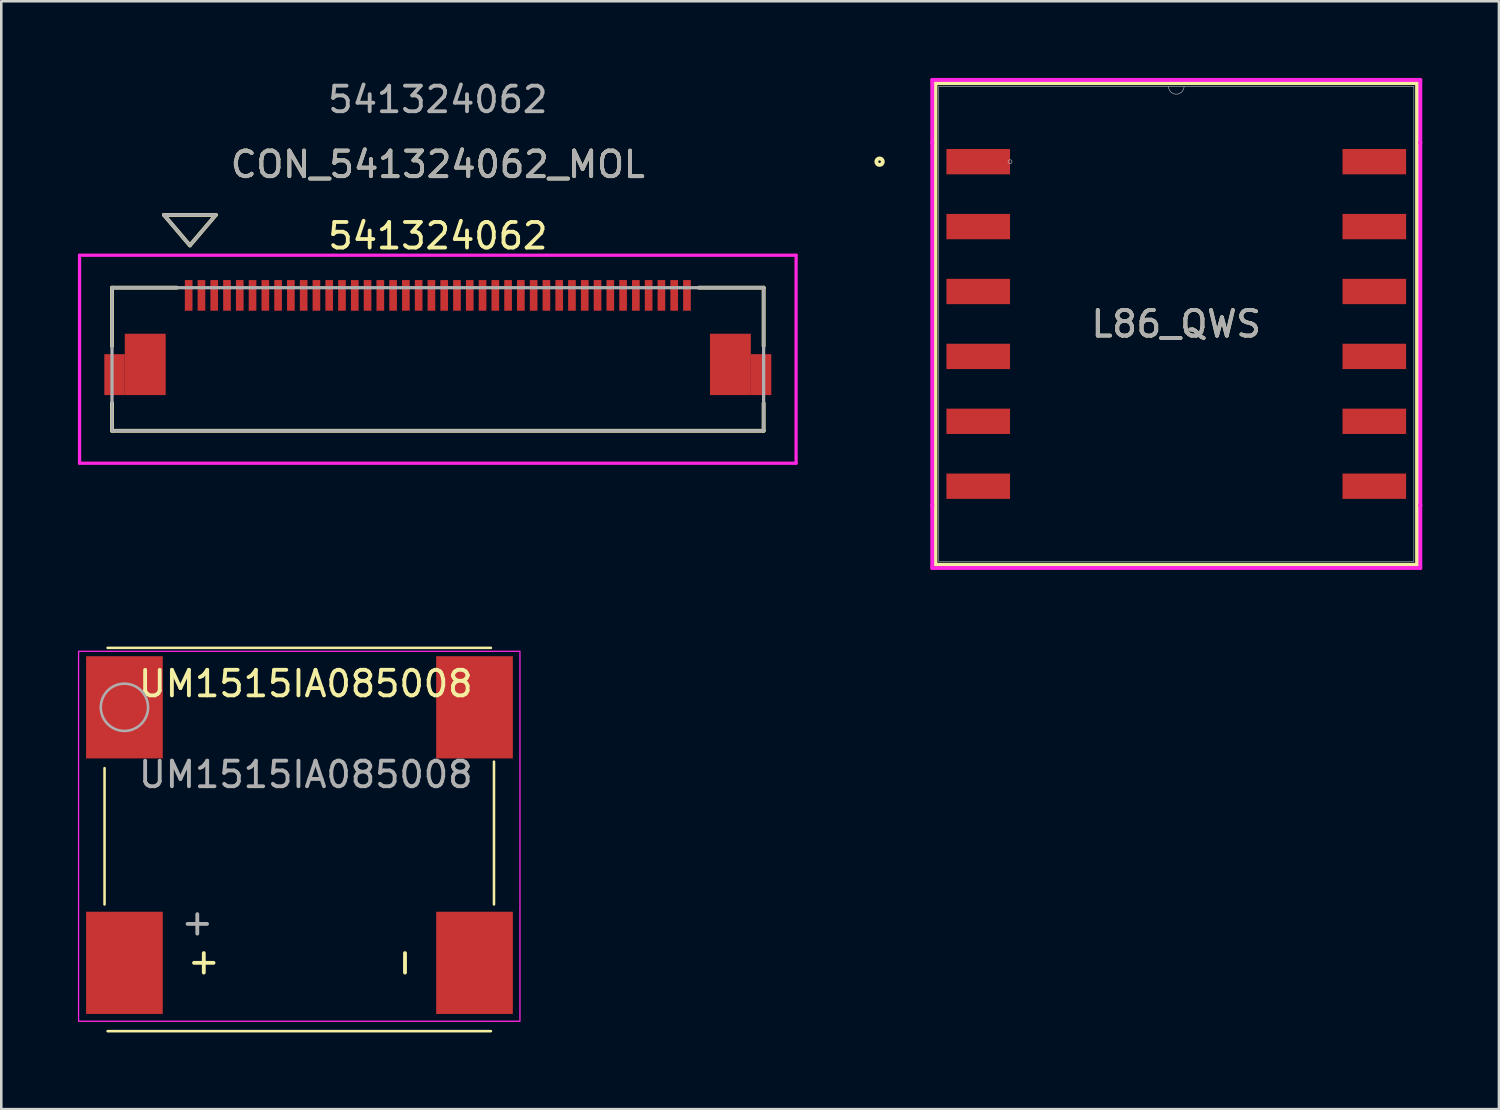
<source format=kicad_pcb>
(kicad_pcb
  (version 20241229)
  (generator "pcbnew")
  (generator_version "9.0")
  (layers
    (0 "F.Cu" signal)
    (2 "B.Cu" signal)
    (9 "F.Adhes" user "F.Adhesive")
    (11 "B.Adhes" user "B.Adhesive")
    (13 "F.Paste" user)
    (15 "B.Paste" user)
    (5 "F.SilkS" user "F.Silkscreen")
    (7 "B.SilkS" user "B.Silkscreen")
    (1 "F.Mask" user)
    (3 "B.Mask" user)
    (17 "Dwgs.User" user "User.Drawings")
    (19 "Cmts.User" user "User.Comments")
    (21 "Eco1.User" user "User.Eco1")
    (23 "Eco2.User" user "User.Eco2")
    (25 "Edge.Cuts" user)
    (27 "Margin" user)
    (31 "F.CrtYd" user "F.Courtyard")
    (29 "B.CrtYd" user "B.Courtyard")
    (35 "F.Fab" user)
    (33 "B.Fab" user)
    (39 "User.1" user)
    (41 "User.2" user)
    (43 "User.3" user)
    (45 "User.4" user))
  (footprint "CON_541324062_MOL"
    (layer "F.Cu")
    (at 14.083 11.008)
    (property "Reference" "CON_541324062_MOL" (at 0 -7.62 0) (unlocked yes) (layer "F.SilkS") (effects (font (size 1 1) (thickness 0.15))))
    (attr smd)
    (fp_poly (pts (xy -13.05 1.402) (xy -13.05 -0.198) (xy -12.25 -0.198) (xy -12.25 1.402)) (stroke (width 0) (type solid)) (fill yes) (layer "F.Cu"))
    (fp_poly (pts (xy 13.05 1.402) (xy 13.05 -0.198) (xy 12.25 -0.198) (xy 12.25 1.402)) (stroke (width 0) (type solid)) (fill yes) (layer "F.Cu"))
    (fp_poly (pts (xy -13.05 1.402) (xy -13.05 -0.198) (xy -12.25 -0.198) (xy -12.25 1.402)) (stroke (width 0) (type solid)) (fill yes) (layer "F.Mask"))
    (fp_poly (pts (xy 13.05 1.402) (xy 13.05 -0.198) (xy 12.25 -0.198) (xy 12.25 1.402)) (stroke (width 0) (type solid)) (fill yes) (layer "F.Mask"))
    (fp_line (start -12.75 -2.8) (end -12.75 -0.516) (stroke (width 0.152) (type solid)) (layer "F.SilkS"))
    (fp_line (start -12.75 1.719) (end -12.75 2.8) (stroke (width 0.152) (type solid)) (layer "F.SilkS"))
    (fp_line (start -12.75 2.8) (end 12.75 2.8) (stroke (width 0.152) (type solid)) (layer "F.SilkS"))
    (fp_line (start -10.718 -5.648) (end -9.702 -4.454) (stroke (width 0.152) (type solid)) (layer "F.SilkS"))
    (fp_line (start -10.718 -5.648) (end -8.686 -5.648) (stroke (width 0.152) (type solid)) (layer "F.SilkS"))
    (fp_line (start -10.217 -2.8) (end -12.75 -2.8) (stroke (width 0.152) (type solid)) (layer "F.SilkS"))
    (fp_line (start -8.686 -5.648) (end -9.702 -4.454) (stroke (width 0.152) (type solid)) (layer "F.SilkS"))
    (fp_line (start 12.75 -2.8) (end 10.218 -2.8) (stroke (width 0.152) (type solid)) (layer "F.SilkS"))
    (fp_line (start 12.75 -0.516) (end 12.75 -2.8) (stroke (width 0.152) (type solid)) (layer "F.SilkS"))
    (fp_line (start 12.75 2.8) (end 12.75 1.719) (stroke (width 0.152) (type solid)) (layer "F.SilkS"))
    (fp_poly (pts (xy -13.05 1.402) (xy -13.05 -0.198) (xy -12.25 -0.198) (xy -12.25 1.402)) (stroke (width 0) (type solid)) (fill yes) (layer "F.Paste"))
    (fp_poly (pts (xy 13.05 1.402) (xy 13.05 -0.198) (xy 12.25 -0.198) (xy 12.25 1.402)) (stroke (width 0) (type solid)) (fill yes) (layer "F.Paste"))
    (fp_line (start -14.02 -4.07) (end -14.02 4.07) (stroke (width 0.127) (type solid)) (layer "F.CrtYd"))
    (fp_line (start -14.02 4.07) (end 14.02 4.07) (stroke (width 0.127) (type solid)) (layer "F.CrtYd"))
    (fp_line (start 14.02 -4.07) (end -14.02 -4.07) (stroke (width 0.127) (type solid)) (layer "F.CrtYd"))
    (fp_line (start 14.02 4.07) (end 14.02 -4.07) (stroke (width 0.127) (type solid)) (layer "F.CrtYd"))
    (fp_line (start -12.75 -2.8) (end -12.75 2.8) (stroke (width 0.127) (type solid)) (layer "F.Fab"))
    (fp_line (start -12.75 2.8) (end 12.75 2.8) (stroke (width 0.127) (type solid)) (layer "F.Fab"))
    (fp_line (start -10.718 -5.648) (end -9.702 -4.454) (stroke (width 0.127) (type solid)) (layer "F.Fab"))
    (fp_line (start -10.718 -5.648) (end -8.686 -5.648) (stroke (width 0.127) (type solid)) (layer "F.Fab"))
    (fp_line (start -8.686 -5.648) (end -9.702 -4.454) (stroke (width 0.127) (type solid)) (layer "F.Fab"))
    (fp_line (start 12.75 -2.8) (end -12.75 -2.8) (stroke (width 0.127) (type solid)) (layer "F.Fab"))
    (fp_line (start 12.75 2.8) (end 12.75 -2.8) (stroke (width 0.127) (type solid)) (layer "F.Fab"))
    (fp_text user "541324062" (at 0 -4.826 0) (unlocked yes) (layer "F.SilkS") (effects (font (size 1 1) (thickness 0.15))))
    (fp_text user "${REFERENCE}" (at 0 -7.62 0) (unlocked yes) (layer "F.Fab") (effects (font (size 1 1) (thickness 0.15))))
    (fp_text user "541324062" (at 0 -10.16 0) (unlocked yes) (layer "F.Fab") (effects (font (size 1 1) (thickness 0.15))))
    (pad "1" smd rect (at -9.75 -2.498) (size 0.3 1.2) (layers "F.Cu" "F.Mask" "F.Paste"))
    (pad "2" smd rect (at -9.25 -2.498) (size 0.3 1.2) (layers "F.Cu" "F.Mask" "F.Paste"))
    (pad "3" smd rect (at -8.75 -2.498) (size 0.3 1.2) (layers "F.Cu" "F.Mask" "F.Paste"))
    (pad "4" smd rect (at -8.25 -2.498) (size 0.3 1.2) (layers "F.Cu" "F.Mask" "F.Paste"))
    (pad "5" smd rect (at -7.75 -2.498) (size 0.3 1.2) (layers "F.Cu" "F.Mask" "F.Paste"))
    (pad "6" smd rect (at -7.25 -2.498) (size 0.3 1.2) (layers "F.Cu" "F.Mask" "F.Paste"))
    (pad "7" smd rect (at -6.75 -2.498) (size 0.3 1.2) (layers "F.Cu" "F.Mask" "F.Paste"))
    (pad "8" smd rect (at -6.25 -2.498) (size 0.3 1.2) (layers "F.Cu" "F.Mask" "F.Paste"))
    (pad "9" smd rect (at -5.75 -2.498) (size 0.3 1.2) (layers "F.Cu" "F.Mask" "F.Paste"))
    (pad "10" smd rect (at -5.25 -2.498) (size 0.3 1.2) (layers "F.Cu" "F.Mask" "F.Paste"))
    (pad "11" smd rect (at -4.75 -2.498) (size 0.3 1.2) (layers "F.Cu" "F.Mask" "F.Paste"))
    (pad "12" smd rect (at -4.25 -2.498) (size 0.3 1.2) (layers "F.Cu" "F.Mask" "F.Paste"))
    (pad "13" smd rect (at -3.75 -2.498) (size 0.3 1.2) (layers "F.Cu" "F.Mask" "F.Paste"))
    (pad "14" smd rect (at -3.25 -2.498) (size 0.3 1.2) (layers "F.Cu" "F.Mask" "F.Paste"))
    (pad "15" smd rect (at -2.75 -2.498) (size 0.3 1.2) (layers "F.Cu" "F.Mask" "F.Paste"))
    (pad "16" smd rect (at -2.25 -2.498) (size 0.3 1.2) (layers "F.Cu" "F.Mask" "F.Paste"))
    (pad "17" smd rect (at -1.75 -2.498) (size 0.3 1.2) (layers "F.Cu" "F.Mask" "F.Paste"))
    (pad "18" smd rect (at -1.25 -2.498) (size 0.3 1.2) (layers "F.Cu" "F.Mask" "F.Paste"))
    (pad "19" smd rect (at -0.75 -2.498) (size 0.3 1.2) (layers "F.Cu" "F.Mask" "F.Paste"))
    (pad "20" smd rect (at -0.25 -2.498) (size 0.3 1.2) (layers "F.Cu" "F.Mask" "F.Paste"))
    (pad "21" smd rect (at 0.25 -2.498) (size 0.3 1.2) (layers "F.Cu" "F.Mask" "F.Paste"))
    (pad "22" smd rect (at 0.75 -2.498) (size 0.3 1.2) (layers "F.Cu" "F.Mask" "F.Paste"))
    (pad "23" smd rect (at 1.25 -2.498) (size 0.3 1.2) (layers "F.Cu" "F.Mask" "F.Paste"))
    (pad "24" smd rect (at 1.75 -2.498) (size 0.3 1.2) (layers "F.Cu" "F.Mask" "F.Paste"))
    (pad "25" smd rect (at 2.25 -2.498) (size 0.3 1.2) (layers "F.Cu" "F.Mask" "F.Paste"))
    (pad "26" smd rect (at 2.75 -2.498) (size 0.3 1.2) (layers "F.Cu" "F.Mask" "F.Paste"))
    (pad "27" smd rect (at 3.25 -2.498) (size 0.3 1.2) (layers "F.Cu" "F.Mask" "F.Paste"))
    (pad "28" smd rect (at 3.75 -2.498) (size 0.3 1.2) (layers "F.Cu" "F.Mask" "F.Paste"))
    (pad "29" smd rect (at 4.25 -2.498) (size 0.3 1.2) (layers "F.Cu" "F.Mask" "F.Paste"))
    (pad "30" smd rect (at 4.75 -2.498) (size 0.3 1.2) (layers "F.Cu" "F.Mask" "F.Paste"))
    (pad "31" smd rect (at 5.25 -2.498) (size 0.3 1.2) (layers "F.Cu" "F.Mask" "F.Paste"))
    (pad "32" smd rect (at 5.75 -2.498) (size 0.3 1.2) (layers "F.Cu" "F.Mask" "F.Paste"))
    (pad "33" smd rect (at 6.25 -2.498) (size 0.3 1.2) (layers "F.Cu" "F.Mask" "F.Paste"))
    (pad "34" smd rect (at 6.75 -2.498) (size 0.3 1.2) (layers "F.Cu" "F.Mask" "F.Paste"))
    (pad "35" smd rect (at 7.25 -2.498) (size 0.3 1.2) (layers "F.Cu" "F.Mask" "F.Paste"))
    (pad "36" smd rect (at 7.75 -2.498) (size 0.3 1.2) (layers "F.Cu" "F.Mask" "F.Paste"))
    (pad "37" smd rect (at 8.25 -2.498) (size 0.3 1.2) (layers "F.Cu" "F.Mask" "F.Paste"))
    (pad "38" smd rect (at 8.75 -2.498) (size 0.3 1.2) (layers "F.Cu" "F.Mask" "F.Paste"))
    (pad "39" smd rect (at 9.25 -2.498) (size 0.3 1.2) (layers "F.Cu" "F.Mask" "F.Paste"))
    (pad "40" smd rect (at 9.75 -2.498) (size 0.3 1.2) (layers "F.Cu" "F.Mask" "F.Paste"))
    (pad "P1" smd rect (at -11.45 0.202) (size 1.6 2.4) (layers "F.Cu" "F.Mask" "F.Paste"))
    (pad "P2" smd rect (at 11.45 0.202) (size 1.6 2.4) (layers "F.Cu" "F.Mask" "F.Paste")))
  (footprint "UM1515IA085008"
    (layer "F.Cu")
    (at 8.661 29.803)
    (property "Reference" "UM1515IA085008" (at 0.254 -6.096 0) (layer "F.SilkS") (effects (font (size 1 1) (thickness 0.15))))
    (attr smd)
    (fp_line (start -7.62 -2.794) (end -7.62 2.54) (stroke (width 0.1) (type default)) (layer "F.SilkS"))
    (fp_line (start -7.5 -7.5) (end 7.5 -7.5) (stroke (width 0.1) (type default)) (layer "F.SilkS"))
    (fp_line (start 7.5 7.5) (end -7.5 7.5) (stroke (width 0.1) (type default)) (layer "F.SilkS"))
    (fp_line (start 7.62 -3.048) (end 7.62 2.54) (stroke (width 0.1) (type default)) (layer "F.SilkS"))
    (fp_rect (start -8.636 -7.366) (end 8.636 7.112) (stroke (width 0.05) (type default)) (fill no) (layer "F.CrtYd"))
    (fp_circle (center -6.842 -5.174) (end -5.917 -5.174) (stroke (width 0.1) (type solid)) (fill no) (layer "F.Fab"))
    (fp_text user "-" (at 4.064 4.826 270) (layer "F.SilkS") (effects (font (size 1 1) (thickness 0.15))))
    (fp_text user "+" (at -3.81 4.826 270) (layer "F.SilkS") (effects (font (size 1 1) (thickness 0.15))))
    (fp_text user "${REFERENCE}" (at 0.254 -2.54 0) (layer "F.Fab") (effects (font (size 1 1) (thickness 0.15))))
    (fp_text user "+" (at -4.064 3.302 270) (layer "F.Fab") (effects (font (size 1 1) (thickness 0.15))))
    (pad "" smd rect (at -6.842 -5.174) (size 3 4) (layers "F.Cu" "F.Mask" "F.Paste"))
    (pad "" smd rect (at 6.858 -5.174) (size 3 4) (layers "F.Cu" "F.Mask" "F.Paste"))
    (pad "1" smd rect (at -6.842 4.826) (size 3 4) (layers "F.Cu" "F.Mask" "F.Paste"))
    (pad "2" smd rect (at 6.858 4.826) (size 3 4) (layers "F.Cu" "F.Mask" "F.Paste")))
  (footprint "L86_QWS"
    (layer "F.Cu")
    (at 42.981 9.627)
    (property "Reference" "L86_QWS" (at 0 0 0) (unlocked yes) (layer "F.SilkS") (effects (font (size 1 1) (thickness 0.15))))
    (attr smd)
    (fp_line (start -9.423 -9.423) (end -9.423 9.423) (stroke (width 0.152) (type solid)) (layer "F.SilkS"))
    (fp_line (start -9.423 9.423) (end 9.423 9.423) (stroke (width 0.152) (type solid)) (layer "F.SilkS"))
    (fp_line (start 9.423 -9.423) (end -9.423 -9.423) (stroke (width 0.152) (type solid)) (layer "F.SilkS"))
    (fp_line (start 9.423 9.423) (end 9.423 -9.423) (stroke (width 0.152) (type solid)) (layer "F.SilkS"))
    (fp_circle (center -11.611 -6.35) (end -11.484 -6.35) (stroke (width 0.152) (type solid)) (fill no) (layer "F.SilkS"))
    (fp_line (start -9.55 -9.55) (end 9.55 -9.55) (stroke (width 0.152) (type solid)) (layer "F.CrtYd"))
    (fp_line (start -9.55 -7.099) (end -9.55 -9.55) (stroke (width 0.152) (type solid)) (layer "F.CrtYd"))
    (fp_line (start -9.55 -7.099) (end -9.55 -7.099) (stroke (width 0.152) (type solid)) (layer "F.CrtYd"))
    (fp_line (start -9.55 7.099) (end -9.55 -7.099) (stroke (width 0.152) (type solid)) (layer "F.CrtYd"))
    (fp_line (start -9.55 7.099) (end -9.55 7.099) (stroke (width 0.152) (type solid)) (layer "F.CrtYd"))
    (fp_line (start -9.55 9.55) (end -9.55 7.099) (stroke (width 0.152) (type solid)) (layer "F.CrtYd"))
    (fp_line (start 9.55 -9.55) (end 9.55 -7.099) (stroke (width 0.152) (type solid)) (layer "F.CrtYd"))
    (fp_line (start 9.55 -7.099) (end 9.55 -7.099) (stroke (width 0.152) (type solid)) (layer "F.CrtYd"))
    (fp_line (start 9.55 -7.099) (end 9.55 7.099) (stroke (width 0.152) (type solid)) (layer "F.CrtYd"))
    (fp_line (start 9.55 7.099) (end 9.55 7.099) (stroke (width 0.152) (type solid)) (layer "F.CrtYd"))
    (fp_line (start 9.55 7.099) (end 9.55 9.55) (stroke (width 0.152) (type solid)) (layer "F.CrtYd"))
    (fp_line (start 9.55 9.55) (end -9.55 9.55) (stroke (width 0.152) (type solid)) (layer "F.CrtYd"))
    (fp_line (start -9.296 -9.296) (end -9.296 9.296) (stroke (width 0.025) (type solid)) (layer "F.Fab"))
    (fp_line (start -9.296 9.296) (end 9.296 9.296) (stroke (width 0.025) (type solid)) (layer "F.Fab"))
    (fp_line (start 9.296 -9.296) (end -9.296 -9.296) (stroke (width 0.025) (type solid)) (layer "F.Fab"))
    (fp_line (start 9.296 9.296) (end 9.296 -9.296) (stroke (width 0.025) (type solid)) (layer "F.Fab"))
    (fp_arc (start 0.3048 -9.2964) (mid 0 -8.9916) (end -0.3048 -9.2964) (stroke (width 0.0254) (type solid)) (layer "F.Fab"))
    (fp_circle (center -6.505 -6.35) (end -6.429 -6.35) (stroke (width 0.025) (type solid)) (fill no) (layer "F.Fab"))
    (fp_text user "${REFERENCE}" (at 0 0 0) (unlocked yes) (layer "F.Fab") (effects (font (size 1 1) (thickness 0.15))))
    (pad "1" smd rect (at -7.75 -6.35) (size 2.489 0.991) (layers "F.Cu" "F.Mask" "F.Paste"))
    (pad "2" smd rect (at -7.75 -3.81) (size 2.489 0.991) (layers "F.Cu" "F.Mask" "F.Paste"))
    (pad "3" smd rect (at -7.75 -1.27) (size 2.489 0.991) (layers "F.Cu" "F.Mask" "F.Paste"))
    (pad "4" smd rect (at -7.75 1.27) (size 2.489 0.991) (layers "F.Cu" "F.Mask" "F.Paste"))
    (pad "5" smd rect (at -7.75 3.81) (size 2.489 0.991) (layers "F.Cu" "F.Mask" "F.Paste"))
    (pad "6" smd rect (at -7.75 6.35) (size 2.489 0.991) (layers "F.Cu" "F.Mask" "F.Paste"))
    (pad "7" smd rect (at 7.75 6.35) (size 2.489 0.991) (layers "F.Cu" "F.Mask" "F.Paste"))
    (pad "8" smd rect (at 7.75 3.81) (size 2.489 0.991) (layers "F.Cu" "F.Mask" "F.Paste"))
    (pad "9" smd rect (at 7.75 1.27) (size 2.489 0.991) (layers "F.Cu" "F.Mask" "F.Paste"))
    (pad "10" smd rect (at 7.75 -1.27) (size 2.489 0.991) (layers "F.Cu" "F.Mask" "F.Paste"))
    (pad "11" smd rect (at 7.75 -3.81) (size 2.489 0.991) (layers "F.Cu" "F.Mask" "F.Paste"))
    (pad "12" smd rect (at 7.75 -6.35) (size 2.489 0.991) (layers "F.Cu" "F.Mask" "F.Paste")))
  (gr_rect
    (start -3 -3)
    (end 55.608 40.353)
    (stroke (width 0.1) (type default))
    (fill no)
    (layer "Edge.Cuts")))
</source>
